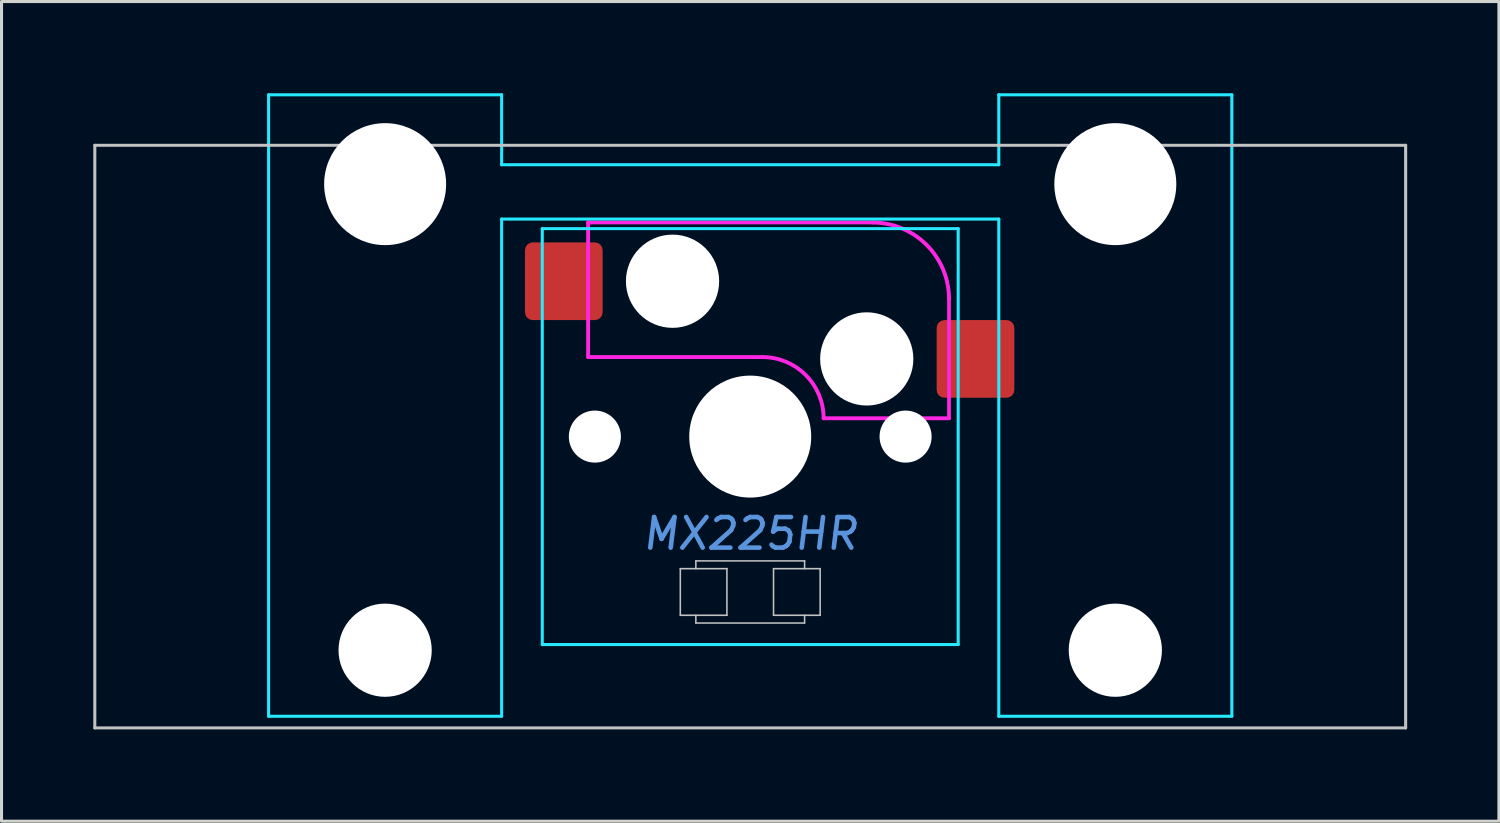
<source format=kicad_pcb>
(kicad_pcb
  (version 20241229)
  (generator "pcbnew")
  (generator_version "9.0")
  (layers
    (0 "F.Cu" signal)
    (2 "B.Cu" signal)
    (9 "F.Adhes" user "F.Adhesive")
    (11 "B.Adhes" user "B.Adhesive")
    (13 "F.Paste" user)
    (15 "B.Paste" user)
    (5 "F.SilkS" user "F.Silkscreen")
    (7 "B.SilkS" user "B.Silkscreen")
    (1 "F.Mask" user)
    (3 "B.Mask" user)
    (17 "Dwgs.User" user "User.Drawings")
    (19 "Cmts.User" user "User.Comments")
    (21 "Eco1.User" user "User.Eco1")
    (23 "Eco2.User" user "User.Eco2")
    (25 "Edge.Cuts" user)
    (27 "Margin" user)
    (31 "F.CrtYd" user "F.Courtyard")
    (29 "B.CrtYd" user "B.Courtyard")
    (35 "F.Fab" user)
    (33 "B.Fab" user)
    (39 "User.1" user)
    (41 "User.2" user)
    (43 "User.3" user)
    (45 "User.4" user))
  (footprint "MX225HR"
    (layer "F.Cu")
    (at 21.481 11.226)
    (property "Reference" "MX225HR" (at 0 3.175 0) (layer "Cmts.User") (effects (font (size 1 1) (thickness 0.15) (italic yes))))
    (attr smd)
    (fp_line (start -21.431 -9.525) (end -21.431 9.525) (stroke (width 0.1) (type solid)) (layer "Dwgs.User"))
    (fp_line (start -21.431 -9.525) (end 21.431 -9.525) (stroke (width 0.1) (type solid)) (layer "Dwgs.User"))
    (fp_line (start -21.431 9.525) (end 21.431 9.525) (stroke (width 0.1) (type solid)) (layer "Dwgs.User"))
    (fp_line (start -2.286 4.318) (end -0.762 4.318) (stroke (width 0.051) (type solid)) (layer "Dwgs.User"))
    (fp_line (start -2.286 5.842) (end -2.286 4.318) (stroke (width 0.051) (type solid)) (layer "Dwgs.User"))
    (fp_line (start -1.778 4.064) (end 1.778 4.064) (stroke (width 0.051) (type solid)) (layer "Dwgs.User"))
    (fp_line (start -1.778 4.318) (end -1.778 4.064) (stroke (width 0.051) (type solid)) (layer "Dwgs.User"))
    (fp_line (start -1.778 6.096) (end -1.778 5.842) (stroke (width 0.051) (type solid)) (layer "Dwgs.User"))
    (fp_line (start -0.762 4.318) (end -0.762 5.842) (stroke (width 0.051) (type solid)) (layer "Dwgs.User"))
    (fp_line (start -0.762 5.842) (end -2.286 5.842) (stroke (width 0.051) (type solid)) (layer "Dwgs.User"))
    (fp_line (start 0.762 4.318) (end 2.286 4.318) (stroke (width 0.051) (type solid)) (layer "Dwgs.User"))
    (fp_line (start 0.762 5.842) (end 0.762 4.318) (stroke (width 0.051) (type solid)) (layer "Dwgs.User"))
    (fp_line (start 1.778 4.064) (end 1.778 4.318) (stroke (width 0.051) (type solid)) (layer "Dwgs.User"))
    (fp_line (start 1.778 5.842) (end 1.778 6.096) (stroke (width 0.051) (type solid)) (layer "Dwgs.User"))
    (fp_line (start 1.778 6.096) (end -1.778 6.096) (stroke (width 0.051) (type solid)) (layer "Dwgs.User"))
    (fp_line (start 2.286 4.318) (end 2.286 5.842) (stroke (width 0.051) (type solid)) (layer "Dwgs.User"))
    (fp_line (start 2.286 5.842) (end 0.762 5.842) (stroke (width 0.051) (type solid)) (layer "Dwgs.User"))
    (fp_line (start 21.431 -9.525) (end 21.431 9.525) (stroke (width 0.1) (type solid)) (layer "Dwgs.User"))
    (fp_line (start -15.438 -8.515) (end -15.438 5.485) (stroke (width 0.1) (type solid)) (layer "Eco1.User"))
    (fp_line (start -14.938 -9.015) (end -8.938 -9.015) (stroke (width 0.1) (type solid)) (layer "Eco1.User"))
    (fp_line (start -8.938 5.985) (end -14.938 5.985) (stroke (width 0.1) (type solid)) (layer "Eco1.User"))
    (fp_line (start -8.438 5.485) (end -8.438 -8.515) (stroke (width 0.1) (type solid)) (layer "Eco1.User"))
    (fp_line (start -7 -6.5) (end -7 6.5) (stroke (width 0.1) (type solid)) (layer "Eco1.User"))
    (fp_line (start -6.5 7) (end 6.5 7) (stroke (width 0.1) (type solid)) (layer "Eco1.User"))
    (fp_line (start 6.5 -7) (end -6.5 -7) (stroke (width 0.1) (type solid)) (layer "Eco1.User"))
    (fp_line (start 7 6.5) (end 7 -6.5) (stroke (width 0.1) (type solid)) (layer "Eco1.User"))
    (fp_line (start 8.438 -8.515) (end 8.438 5.485) (stroke (width 0.1) (type solid)) (layer "Eco1.User"))
    (fp_line (start 8.938 -9.015) (end 14.938 -9.015) (stroke (width 0.1) (type solid)) (layer "Eco1.User"))
    (fp_line (start 14.938 5.985) (end 8.938 5.985) (stroke (width 0.1) (type solid)) (layer "Eco1.User"))
    (fp_line (start 15.438 5.485) (end 15.438 -8.515) (stroke (width 0.1) (type solid)) (layer "Eco1.User"))
    (fp_arc (start -15.438 -8.515) (mid -15.291553 -8.868553) (end -14.938 -9.015) (stroke (width 0.1) (type solid)) (layer "Eco1.User"))
    (fp_arc (start -14.938 5.985) (mid -15.291553 5.838553) (end -15.438 5.485) (stroke (width 0.1) (type solid)) (layer "Eco1.User"))
    (fp_arc (start -8.938 -9.015) (mid -8.584447 -8.868553) (end -8.438 -8.515) (stroke (width 0.1) (type solid)) (layer "Eco1.User"))
    (fp_arc (start -8.438 5.485) (mid -8.584447 5.838553) (end -8.938 5.985) (stroke (width 0.1) (type solid)) (layer "Eco1.User"))
    (fp_arc (start -7 -6.5) (mid -6.853553 -6.853553) (end -6.5 -7) (stroke (width 0.1) (type solid)) (layer "Eco1.User"))
    (fp_arc (start -6.5 7) (mid -6.853553 6.853553) (end -7 6.5) (stroke (width 0.1) (type solid)) (layer "Eco1.User"))
    (fp_arc (start 6.5 -7) (mid 6.853553 -6.853553) (end 7 -6.5) (stroke (width 0.1) (type solid)) (layer "Eco1.User"))
    (fp_arc (start 7 6.5) (mid 6.853553 6.853553) (end 6.5 7) (stroke (width 0.1) (type solid)) (layer "Eco1.User"))
    (fp_arc (start 8.438 -8.515) (mid 8.584447 -8.868553) (end 8.938 -9.015) (stroke (width 0.1) (type solid)) (layer "Eco1.User"))
    (fp_arc (start 8.938 5.985) (mid 8.584447 5.838553) (end 8.438 5.485) (stroke (width 0.1) (type solid)) (layer "Eco1.User"))
    (fp_arc (start 14.938 -9.015) (mid 15.291553 -8.868553) (end 15.438 -8.515) (stroke (width 0.1) (type solid)) (layer "Eco1.User"))
    (fp_arc (start 15.438 5.485) (mid 15.291553 5.838553) (end 14.938 5.985) (stroke (width 0.1) (type solid)) (layer "Eco1.User"))
    (fp_line (start -15.748 -11.176) (end -15.748 9.144) (stroke (width 0.1) (type solid)) (layer "B.CrtYd"))
    (fp_line (start -15.748 -11.176) (end -8.128 -11.176) (stroke (width 0.1) (type solid)) (layer "B.CrtYd"))
    (fp_line (start -8.128 -8.89) (end -8.128 -11.176) (stroke (width 0.1) (type solid)) (layer "B.CrtYd"))
    (fp_line (start -8.128 -7.112) (end -8.128 9.142) (stroke (width 0.1) (type solid)) (layer "B.CrtYd"))
    (fp_line (start -8.128 9.144) (end -15.748 9.144) (stroke (width 0.1) (type solid)) (layer "B.CrtYd"))
    (fp_line (start -6.8 -6.8) (end -6.8 6.8) (stroke (width 0.1) (type solid)) (layer "B.CrtYd"))
    (fp_line (start 6.8 -6.8) (end -6.8 -6.8) (stroke (width 0.1) (type solid)) (layer "B.CrtYd"))
    (fp_line (start 6.8 -6.8) (end 6.8 6.8) (stroke (width 0.1) (type solid)) (layer "B.CrtYd"))
    (fp_line (start 6.8 6.8) (end -6.8 6.8) (stroke (width 0.1) (type solid)) (layer "B.CrtYd"))
    (fp_line (start 8.128 -8.89) (end -8.128 -8.89) (stroke (width 0.1) (type solid)) (layer "B.CrtYd"))
    (fp_line (start 8.128 -8.89) (end 8.128 -11.176) (stroke (width 0.1) (type solid)) (layer "B.CrtYd"))
    (fp_line (start 8.128 -7.112) (end -8.128 -7.112) (stroke (width 0.1) (type solid)) (layer "B.CrtYd"))
    (fp_line (start 8.128 -7.112) (end 8.128 9.144) (stroke (width 0.1) (type solid)) (layer "B.CrtYd"))
    (fp_line (start 8.128 9.144) (end 15.748 9.144) (stroke (width 0.1) (type solid)) (layer "B.CrtYd"))
    (fp_line (start 15.748 -11.176) (end 8.128 -11.176) (stroke (width 0.1) (type solid)) (layer "B.CrtYd"))
    (fp_line (start 15.748 9.144) (end 15.748 -11.176) (stroke (width 0.1) (type solid)) (layer "B.CrtYd"))
    (fp_line (start -5.3 -7) (end -5.3 -2.6) (stroke (width 0.127) (type solid)) (layer "F.CrtYd"))
    (fp_line (start -5.2 -7) (end -5.3 -7) (stroke (width 0.12) (type solid)) (layer "F.CrtYd"))
    (fp_line (start 0.4 -2.6) (end -5.3 -2.6) (stroke (width 0.127) (type solid)) (layer "F.CrtYd"))
    (fp_line (start 4 -7) (end -5.2 -7) (stroke (width 0.12) (type solid)) (layer "F.CrtYd"))
    (fp_line (start 6.5 -4.5) (end 6.5 -0.6) (stroke (width 0.12) (type solid)) (layer "F.CrtYd"))
    (fp_line (start 6.5 -0.6) (end 2.4 -0.6) (stroke (width 0.127) (type solid)) (layer "F.CrtYd"))
    (fp_arc (start 0.4 -2.6) (mid 1.814214 -2.014214) (end 2.4 -0.6) (stroke (width 0.127) (type solid)) (layer "F.CrtYd"))
    (fp_arc (start 4 -7) (mid 5.767767 -6.267767) (end 6.5 -4.5) (stroke (width 0.127) (type solid)) (layer "F.CrtYd"))
    (pad "" np_thru_hole circle (at -11.938 -8.255 180) (size 3.988 3.988) (drill 3.988) (layers "*.Cu" "*.Mask"))
    (pad "" np_thru_hole circle (at -11.938 6.985 180) (size 3.048 3.048) (drill 3.048) (layers "*.Cu" "*.Mask"))
    (pad "" np_thru_hole circle (at -5.08 0) (size 1.702 1.702) (drill 1.702) (layers "*.Cu" "*.Mask"))
    (pad "" np_thru_hole circle (at -2.54 -5.08) (size 3.048 3.048) (drill 3.048) (layers "*.Cu" "*.Mask"))
    (pad "" np_thru_hole circle (at 0 0) (size 3.988 3.988) (drill 3.988) (layers "*.Cu" "*.Mask"))
    (pad "" np_thru_hole circle (at 3.81 -2.54) (size 3.048 3.048) (drill 3.048) (layers "*.Cu" "*.Mask"))
    (pad "" np_thru_hole circle (at 5.08 0) (size 1.702 1.702) (drill 1.702) (layers "*.Cu" "*.Mask"))
    (pad "" np_thru_hole circle (at 11.938 -8.255 180) (size 3.988 3.988) (drill 3.988) (layers "*.Cu" "*.Mask"))
    (pad "" np_thru_hole circle (at 11.938 6.985 180) (size 3.048 3.048) (drill 3.048) (layers "*.Cu" "*.Mask"))
    (pad "1" smd roundrect (at -6.096 -5.08) (size 2.54 2.54) (layers "F.Cu" "F.Mask") (roundrect_rratio 0.1))
    (pad "2" smd roundrect (at 7.366 -2.54) (size 2.54 2.54) (layers "F.Cu" "F.Mask") (roundrect_rratio 0.1)))
  (gr_rect
    (start -3 -3)
    (end 45.962 23.801)
    (stroke (width 0.1) (type default))
    (fill no)
    (layer "Edge.Cuts")))
</source>
